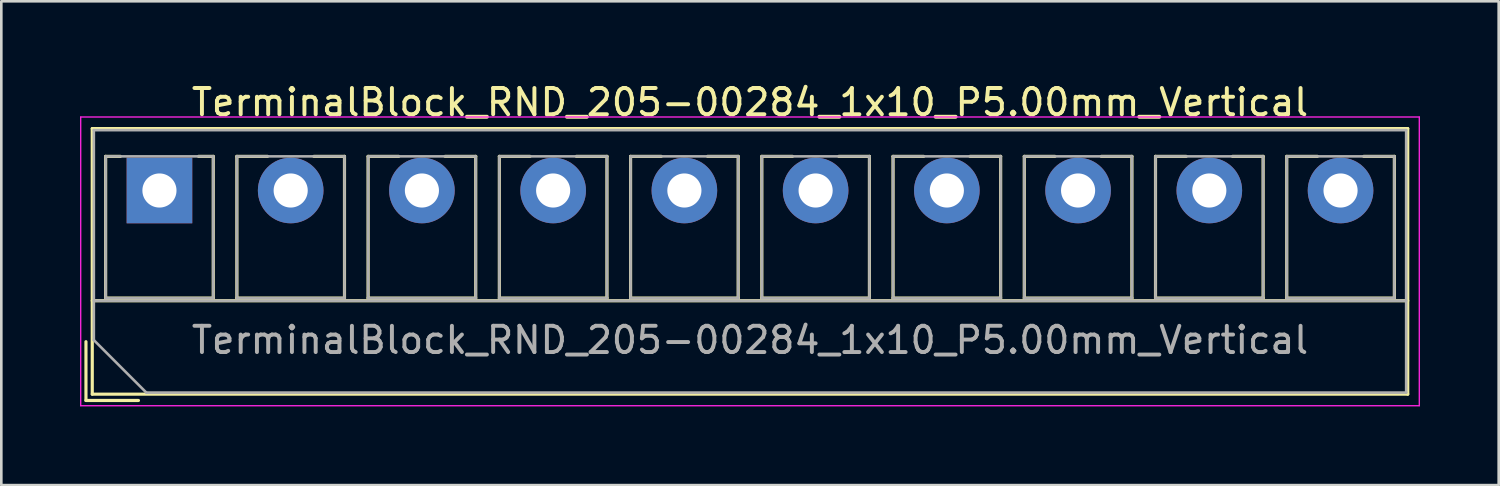
<source format=kicad_pcb>
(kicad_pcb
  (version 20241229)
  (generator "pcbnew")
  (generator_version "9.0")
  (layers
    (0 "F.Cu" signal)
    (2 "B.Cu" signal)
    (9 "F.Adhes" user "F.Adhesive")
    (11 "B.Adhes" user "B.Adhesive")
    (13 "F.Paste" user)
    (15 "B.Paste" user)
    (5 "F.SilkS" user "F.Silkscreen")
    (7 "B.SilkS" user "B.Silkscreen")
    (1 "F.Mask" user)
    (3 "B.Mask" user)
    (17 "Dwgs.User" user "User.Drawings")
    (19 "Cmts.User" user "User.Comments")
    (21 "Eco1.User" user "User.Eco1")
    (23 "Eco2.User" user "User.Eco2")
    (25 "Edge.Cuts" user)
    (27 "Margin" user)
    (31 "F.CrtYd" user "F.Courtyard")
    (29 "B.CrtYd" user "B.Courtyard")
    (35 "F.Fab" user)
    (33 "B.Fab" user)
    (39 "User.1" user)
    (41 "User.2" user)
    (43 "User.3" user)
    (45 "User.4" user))
  (footprint "TerminalBlock_RND_205-00284_1x10_P5.00mm_Vertical"
    (layer "F.Cu")
    (at 3.025 4.208)
    (property "Reference" "TerminalBlock_RND_205-00284_1x10_P5.00mm_Vertical" (at 22.5 -3.36 0) (layer "F.SilkS") (effects (font (size 1 1) (thickness 0.15))))
    (attr through_hole)
    (fp_line (start -2.8 5.76) (end -2.8 8) (stroke (width 0.12) (type solid)) (layer "F.SilkS"))
    (fp_line (start -2.8 8) (end -0.8 8) (stroke (width 0.12) (type solid)) (layer "F.SilkS"))
    (fp_line (start -2.56 -2.36) (end -2.56 7.76) (stroke (width 0.12) (type solid)) (layer "F.SilkS"))
    (fp_line (start -2.56 -2.36) (end 47.56 -2.36) (stroke (width 0.12) (type solid)) (layer "F.SilkS"))
    (fp_line (start -2.56 4.2) (end 47.56 4.2) (stroke (width 0.12) (type solid)) (layer "F.SilkS"))
    (fp_line (start -2.56 7.76) (end 47.56 7.76) (stroke (width 0.12) (type solid)) (layer "F.SilkS"))
    (fp_line (start -2.05 -1.3) (end -2.05 4.1) (stroke (width 0.12) (type solid)) (layer "F.SilkS"))
    (fp_line (start -2.05 -1.3) (end -1.49 -1.3) (stroke (width 0.12) (type solid)) (layer "F.SilkS"))
    (fp_line (start -2.05 4.1) (end 2.05 4.1) (stroke (width 0.12) (type solid)) (layer "F.SilkS"))
    (fp_line (start 1.49 -1.3) (end 2.05 -1.3) (stroke (width 0.12) (type solid)) (layer "F.SilkS"))
    (fp_line (start 2.05 -1.3) (end 2.05 4.1) (stroke (width 0.12) (type solid)) (layer "F.SilkS"))
    (fp_line (start 2.95 -1.3) (end 2.95 4.1) (stroke (width 0.12) (type solid)) (layer "F.SilkS"))
    (fp_line (start 2.95 -1.3) (end 4.117 -1.3) (stroke (width 0.12) (type solid)) (layer "F.SilkS"))
    (fp_line (start 2.95 4.1) (end 7.05 4.1) (stroke (width 0.12) (type solid)) (layer "F.SilkS"))
    (fp_line (start 5.884 -1.3) (end 7.05 -1.3) (stroke (width 0.12) (type solid)) (layer "F.SilkS"))
    (fp_line (start 7.05 -1.3) (end 7.05 4.1) (stroke (width 0.12) (type solid)) (layer "F.SilkS"))
    (fp_line (start 7.95 -1.3) (end 7.95 4.1) (stroke (width 0.12) (type solid)) (layer "F.SilkS"))
    (fp_line (start 7.95 -1.3) (end 9.117 -1.3) (stroke (width 0.12) (type solid)) (layer "F.SilkS"))
    (fp_line (start 7.95 4.1) (end 12.05 4.1) (stroke (width 0.12) (type solid)) (layer "F.SilkS"))
    (fp_line (start 10.884 -1.3) (end 12.05 -1.3) (stroke (width 0.12) (type solid)) (layer "F.SilkS"))
    (fp_line (start 12.05 -1.3) (end 12.05 4.1) (stroke (width 0.12) (type solid)) (layer "F.SilkS"))
    (fp_line (start 12.95 -1.3) (end 12.95 4.1) (stroke (width 0.12) (type solid)) (layer "F.SilkS"))
    (fp_line (start 12.95 -1.3) (end 14.117 -1.3) (stroke (width 0.12) (type solid)) (layer "F.SilkS"))
    (fp_line (start 12.95 4.1) (end 17.05 4.1) (stroke (width 0.12) (type solid)) (layer "F.SilkS"))
    (fp_line (start 15.884 -1.3) (end 17.05 -1.3) (stroke (width 0.12) (type solid)) (layer "F.SilkS"))
    (fp_line (start 17.05 -1.3) (end 17.05 4.1) (stroke (width 0.12) (type solid)) (layer "F.SilkS"))
    (fp_line (start 17.95 -1.3) (end 17.95 4.1) (stroke (width 0.12) (type solid)) (layer "F.SilkS"))
    (fp_line (start 17.95 -1.3) (end 19.117 -1.3) (stroke (width 0.12) (type solid)) (layer "F.SilkS"))
    (fp_line (start 17.95 4.1) (end 22.05 4.1) (stroke (width 0.12) (type solid)) (layer "F.SilkS"))
    (fp_line (start 20.884 -1.3) (end 22.05 -1.3) (stroke (width 0.12) (type solid)) (layer "F.SilkS"))
    (fp_line (start 22.05 -1.3) (end 22.05 4.1) (stroke (width 0.12) (type solid)) (layer "F.SilkS"))
    (fp_line (start 22.95 -1.3) (end 22.95 4.1) (stroke (width 0.12) (type solid)) (layer "F.SilkS"))
    (fp_line (start 22.95 -1.3) (end 24.117 -1.3) (stroke (width 0.12) (type solid)) (layer "F.SilkS"))
    (fp_line (start 22.95 4.1) (end 27.05 4.1) (stroke (width 0.12) (type solid)) (layer "F.SilkS"))
    (fp_line (start 25.884 -1.3) (end 27.05 -1.3) (stroke (width 0.12) (type solid)) (layer "F.SilkS"))
    (fp_line (start 27.05 -1.3) (end 27.05 4.1) (stroke (width 0.12) (type solid)) (layer "F.SilkS"))
    (fp_line (start 27.95 -1.3) (end 27.95 4.1) (stroke (width 0.12) (type solid)) (layer "F.SilkS"))
    (fp_line (start 27.95 -1.3) (end 29.117 -1.3) (stroke (width 0.12) (type solid)) (layer "F.SilkS"))
    (fp_line (start 27.95 4.1) (end 32.05 4.1) (stroke (width 0.12) (type solid)) (layer "F.SilkS"))
    (fp_line (start 30.884 -1.3) (end 32.05 -1.3) (stroke (width 0.12) (type solid)) (layer "F.SilkS"))
    (fp_line (start 32.05 -1.3) (end 32.05 4.1) (stroke (width 0.12) (type solid)) (layer "F.SilkS"))
    (fp_line (start 32.95 -1.3) (end 32.95 4.1) (stroke (width 0.12) (type solid)) (layer "F.SilkS"))
    (fp_line (start 32.95 -1.3) (end 34.117 -1.3) (stroke (width 0.12) (type solid)) (layer "F.SilkS"))
    (fp_line (start 32.95 4.1) (end 37.05 4.1) (stroke (width 0.12) (type solid)) (layer "F.SilkS"))
    (fp_line (start 35.884 -1.3) (end 37.05 -1.3) (stroke (width 0.12) (type solid)) (layer "F.SilkS"))
    (fp_line (start 37.05 -1.3) (end 37.05 4.1) (stroke (width 0.12) (type solid)) (layer "F.SilkS"))
    (fp_line (start 37.95 -1.3) (end 37.95 4.1) (stroke (width 0.12) (type solid)) (layer "F.SilkS"))
    (fp_line (start 37.95 -1.3) (end 39.117 -1.3) (stroke (width 0.12) (type solid)) (layer "F.SilkS"))
    (fp_line (start 37.95 4.1) (end 42.05 4.1) (stroke (width 0.12) (type solid)) (layer "F.SilkS"))
    (fp_line (start 40.884 -1.3) (end 42.05 -1.3) (stroke (width 0.12) (type solid)) (layer "F.SilkS"))
    (fp_line (start 42.05 -1.3) (end 42.05 4.1) (stroke (width 0.12) (type solid)) (layer "F.SilkS"))
    (fp_line (start 42.95 -1.3) (end 42.95 4.1) (stroke (width 0.12) (type solid)) (layer "F.SilkS"))
    (fp_line (start 42.95 -1.3) (end 44.117 -1.3) (stroke (width 0.12) (type solid)) (layer "F.SilkS"))
    (fp_line (start 42.95 4.1) (end 47.05 4.1) (stroke (width 0.12) (type solid)) (layer "F.SilkS"))
    (fp_line (start 45.884 -1.3) (end 47.05 -1.3) (stroke (width 0.12) (type solid)) (layer "F.SilkS"))
    (fp_line (start 47.05 -1.3) (end 47.05 4.1) (stroke (width 0.12) (type solid)) (layer "F.SilkS"))
    (fp_line (start 47.56 -2.36) (end 47.56 7.76) (stroke (width 0.12) (type solid)) (layer "F.SilkS"))
    (fp_line (start -3 -2.8) (end -3 8.2) (stroke (width 0.05) (type solid)) (layer "F.CrtYd"))
    (fp_line (start -3 8.2) (end 48 8.2) (stroke (width 0.05) (type solid)) (layer "F.CrtYd"))
    (fp_line (start 48 -2.8) (end -3 -2.8) (stroke (width 0.05) (type solid)) (layer "F.CrtYd"))
    (fp_line (start 48 8.2) (end 48 -2.8) (stroke (width 0.05) (type solid)) (layer "F.CrtYd"))
    (fp_line (start -2.5 -2.3) (end 47.5 -2.3) (stroke (width 0.1) (type solid)) (layer "F.Fab"))
    (fp_line (start -2.5 4.2) (end 47.5 4.2) (stroke (width 0.1) (type solid)) (layer "F.Fab"))
    (fp_line (start -2.5 5.7) (end -2.5 -2.3) (stroke (width 0.1) (type solid)) (layer "F.Fab"))
    (fp_line (start -2.05 -1.3) (end -2.05 4.1) (stroke (width 0.1) (type solid)) (layer "F.Fab"))
    (fp_line (start -2.05 4.1) (end 2.05 4.1) (stroke (width 0.1) (type solid)) (layer "F.Fab"))
    (fp_line (start -0.5 7.7) (end -2.5 5.7) (stroke (width 0.1) (type solid)) (layer "F.Fab"))
    (fp_line (start 2.05 -1.3) (end -2.05 -1.3) (stroke (width 0.1) (type solid)) (layer "F.Fab"))
    (fp_line (start 2.05 4.1) (end 2.05 -1.3) (stroke (width 0.1) (type solid)) (layer "F.Fab"))
    (fp_line (start 2.95 -1.3) (end 2.95 4.1) (stroke (width 0.1) (type solid)) (layer "F.Fab"))
    (fp_line (start 2.95 4.1) (end 7.05 4.1) (stroke (width 0.1) (type solid)) (layer "F.Fab"))
    (fp_line (start 7.05 -1.3) (end 2.95 -1.3) (stroke (width 0.1) (type solid)) (layer "F.Fab"))
    (fp_line (start 7.05 4.1) (end 7.05 -1.3) (stroke (width 0.1) (type solid)) (layer "F.Fab"))
    (fp_line (start 7.95 -1.3) (end 7.95 4.1) (stroke (width 0.1) (type solid)) (layer "F.Fab"))
    (fp_line (start 7.95 4.1) (end 12.05 4.1) (stroke (width 0.1) (type solid)) (layer "F.Fab"))
    (fp_line (start 12.05 -1.3) (end 7.95 -1.3) (stroke (width 0.1) (type solid)) (layer "F.Fab"))
    (fp_line (start 12.05 4.1) (end 12.05 -1.3) (stroke (width 0.1) (type solid)) (layer "F.Fab"))
    (fp_line (start 12.95 -1.3) (end 12.95 4.1) (stroke (width 0.1) (type solid)) (layer "F.Fab"))
    (fp_line (start 12.95 4.1) (end 17.05 4.1) (stroke (width 0.1) (type solid)) (layer "F.Fab"))
    (fp_line (start 17.05 -1.3) (end 12.95 -1.3) (stroke (width 0.1) (type solid)) (layer "F.Fab"))
    (fp_line (start 17.05 4.1) (end 17.05 -1.3) (stroke (width 0.1) (type solid)) (layer "F.Fab"))
    (fp_line (start 17.95 -1.3) (end 17.95 4.1) (stroke (width 0.1) (type solid)) (layer "F.Fab"))
    (fp_line (start 17.95 4.1) (end 22.05 4.1) (stroke (width 0.1) (type solid)) (layer "F.Fab"))
    (fp_line (start 22.05 -1.3) (end 17.95 -1.3) (stroke (width 0.1) (type solid)) (layer "F.Fab"))
    (fp_line (start 22.05 4.1) (end 22.05 -1.3) (stroke (width 0.1) (type solid)) (layer "F.Fab"))
    (fp_line (start 22.95 -1.3) (end 22.95 4.1) (stroke (width 0.1) (type solid)) (layer "F.Fab"))
    (fp_line (start 22.95 4.1) (end 27.05 4.1) (stroke (width 0.1) (type solid)) (layer "F.Fab"))
    (fp_line (start 27.05 -1.3) (end 22.95 -1.3) (stroke (width 0.1) (type solid)) (layer "F.Fab"))
    (fp_line (start 27.05 4.1) (end 27.05 -1.3) (stroke (width 0.1) (type solid)) (layer "F.Fab"))
    (fp_line (start 27.95 -1.3) (end 27.95 4.1) (stroke (width 0.1) (type solid)) (layer "F.Fab"))
    (fp_line (start 27.95 4.1) (end 32.05 4.1) (stroke (width 0.1) (type solid)) (layer "F.Fab"))
    (fp_line (start 32.05 -1.3) (end 27.95 -1.3) (stroke (width 0.1) (type solid)) (layer "F.Fab"))
    (fp_line (start 32.05 4.1) (end 32.05 -1.3) (stroke (width 0.1) (type solid)) (layer "F.Fab"))
    (fp_line (start 32.95 -1.3) (end 32.95 4.1) (stroke (width 0.1) (type solid)) (layer "F.Fab"))
    (fp_line (start 32.95 4.1) (end 37.05 4.1) (stroke (width 0.1) (type solid)) (layer "F.Fab"))
    (fp_line (start 37.05 -1.3) (end 32.95 -1.3) (stroke (width 0.1) (type solid)) (layer "F.Fab"))
    (fp_line (start 37.05 4.1) (end 37.05 -1.3) (stroke (width 0.1) (type solid)) (layer "F.Fab"))
    (fp_line (start 37.95 -1.3) (end 37.95 4.1) (stroke (width 0.1) (type solid)) (layer "F.Fab"))
    (fp_line (start 37.95 4.1) (end 42.05 4.1) (stroke (width 0.1) (type solid)) (layer "F.Fab"))
    (fp_line (start 42.05 -1.3) (end 37.95 -1.3) (stroke (width 0.1) (type solid)) (layer "F.Fab"))
    (fp_line (start 42.05 4.1) (end 42.05 -1.3) (stroke (width 0.1) (type solid)) (layer "F.Fab"))
    (fp_line (start 42.95 -1.3) (end 42.95 4.1) (stroke (width 0.1) (type solid)) (layer "F.Fab"))
    (fp_line (start 42.95 4.1) (end 47.05 4.1) (stroke (width 0.1) (type solid)) (layer "F.Fab"))
    (fp_line (start 47.05 -1.3) (end 42.95 -1.3) (stroke (width 0.1) (type solid)) (layer "F.Fab"))
    (fp_line (start 47.05 4.1) (end 47.05 -1.3) (stroke (width 0.1) (type solid)) (layer "F.Fab"))
    (fp_line (start 47.5 -2.3) (end 47.5 7.7) (stroke (width 0.1) (type solid)) (layer "F.Fab"))
    (fp_line (start 47.5 7.7) (end -0.5 7.7) (stroke (width 0.1) (type solid)) (layer "F.Fab"))
    (fp_text user "${REFERENCE}" (at 22.5 5.7 0) (layer "F.Fab") (effects (font (size 1 1) (thickness 0.15))))
    (pad "1" thru_hole rect (at 0 0) (size 2.5 2.5) (drill 1.3) (layers "*.Cu" "*.Mask"))
    (pad "2" thru_hole circle (at 5 0) (size 2.5 2.5) (drill 1.3) (layers "*.Cu" "*.Mask"))
    (pad "3" thru_hole circle (at 10 0) (size 2.5 2.5) (drill 1.3) (layers "*.Cu" "*.Mask"))
    (pad "4" thru_hole circle (at 15 0) (size 2.5 2.5) (drill 1.3) (layers "*.Cu" "*.Mask"))
    (pad "5" thru_hole circle (at 20 0) (size 2.5 2.5) (drill 1.3) (layers "*.Cu" "*.Mask"))
    (pad "6" thru_hole circle (at 25 0) (size 2.5 2.5) (drill 1.3) (layers "*.Cu" "*.Mask"))
    (pad "7" thru_hole circle (at 30 0) (size 2.5 2.5) (drill 1.3) (layers "*.Cu" "*.Mask"))
    (pad "8" thru_hole circle (at 35 0) (size 2.5 2.5) (drill 1.3) (layers "*.Cu" "*.Mask"))
    (pad "9" thru_hole circle (at 40 0) (size 2.5 2.5) (drill 1.3) (layers "*.Cu" "*.Mask"))
    (pad "10" thru_hole circle (at 45 0) (size 2.5 2.5) (drill 1.3) (layers "*.Cu" "*.Mask")))
  (gr_rect
    (start -3 -3)
    (end 54.05 15.433)
    (stroke (width 0.1) (type default))
    (fill no)
    (layer "Edge.Cuts")))
</source>
